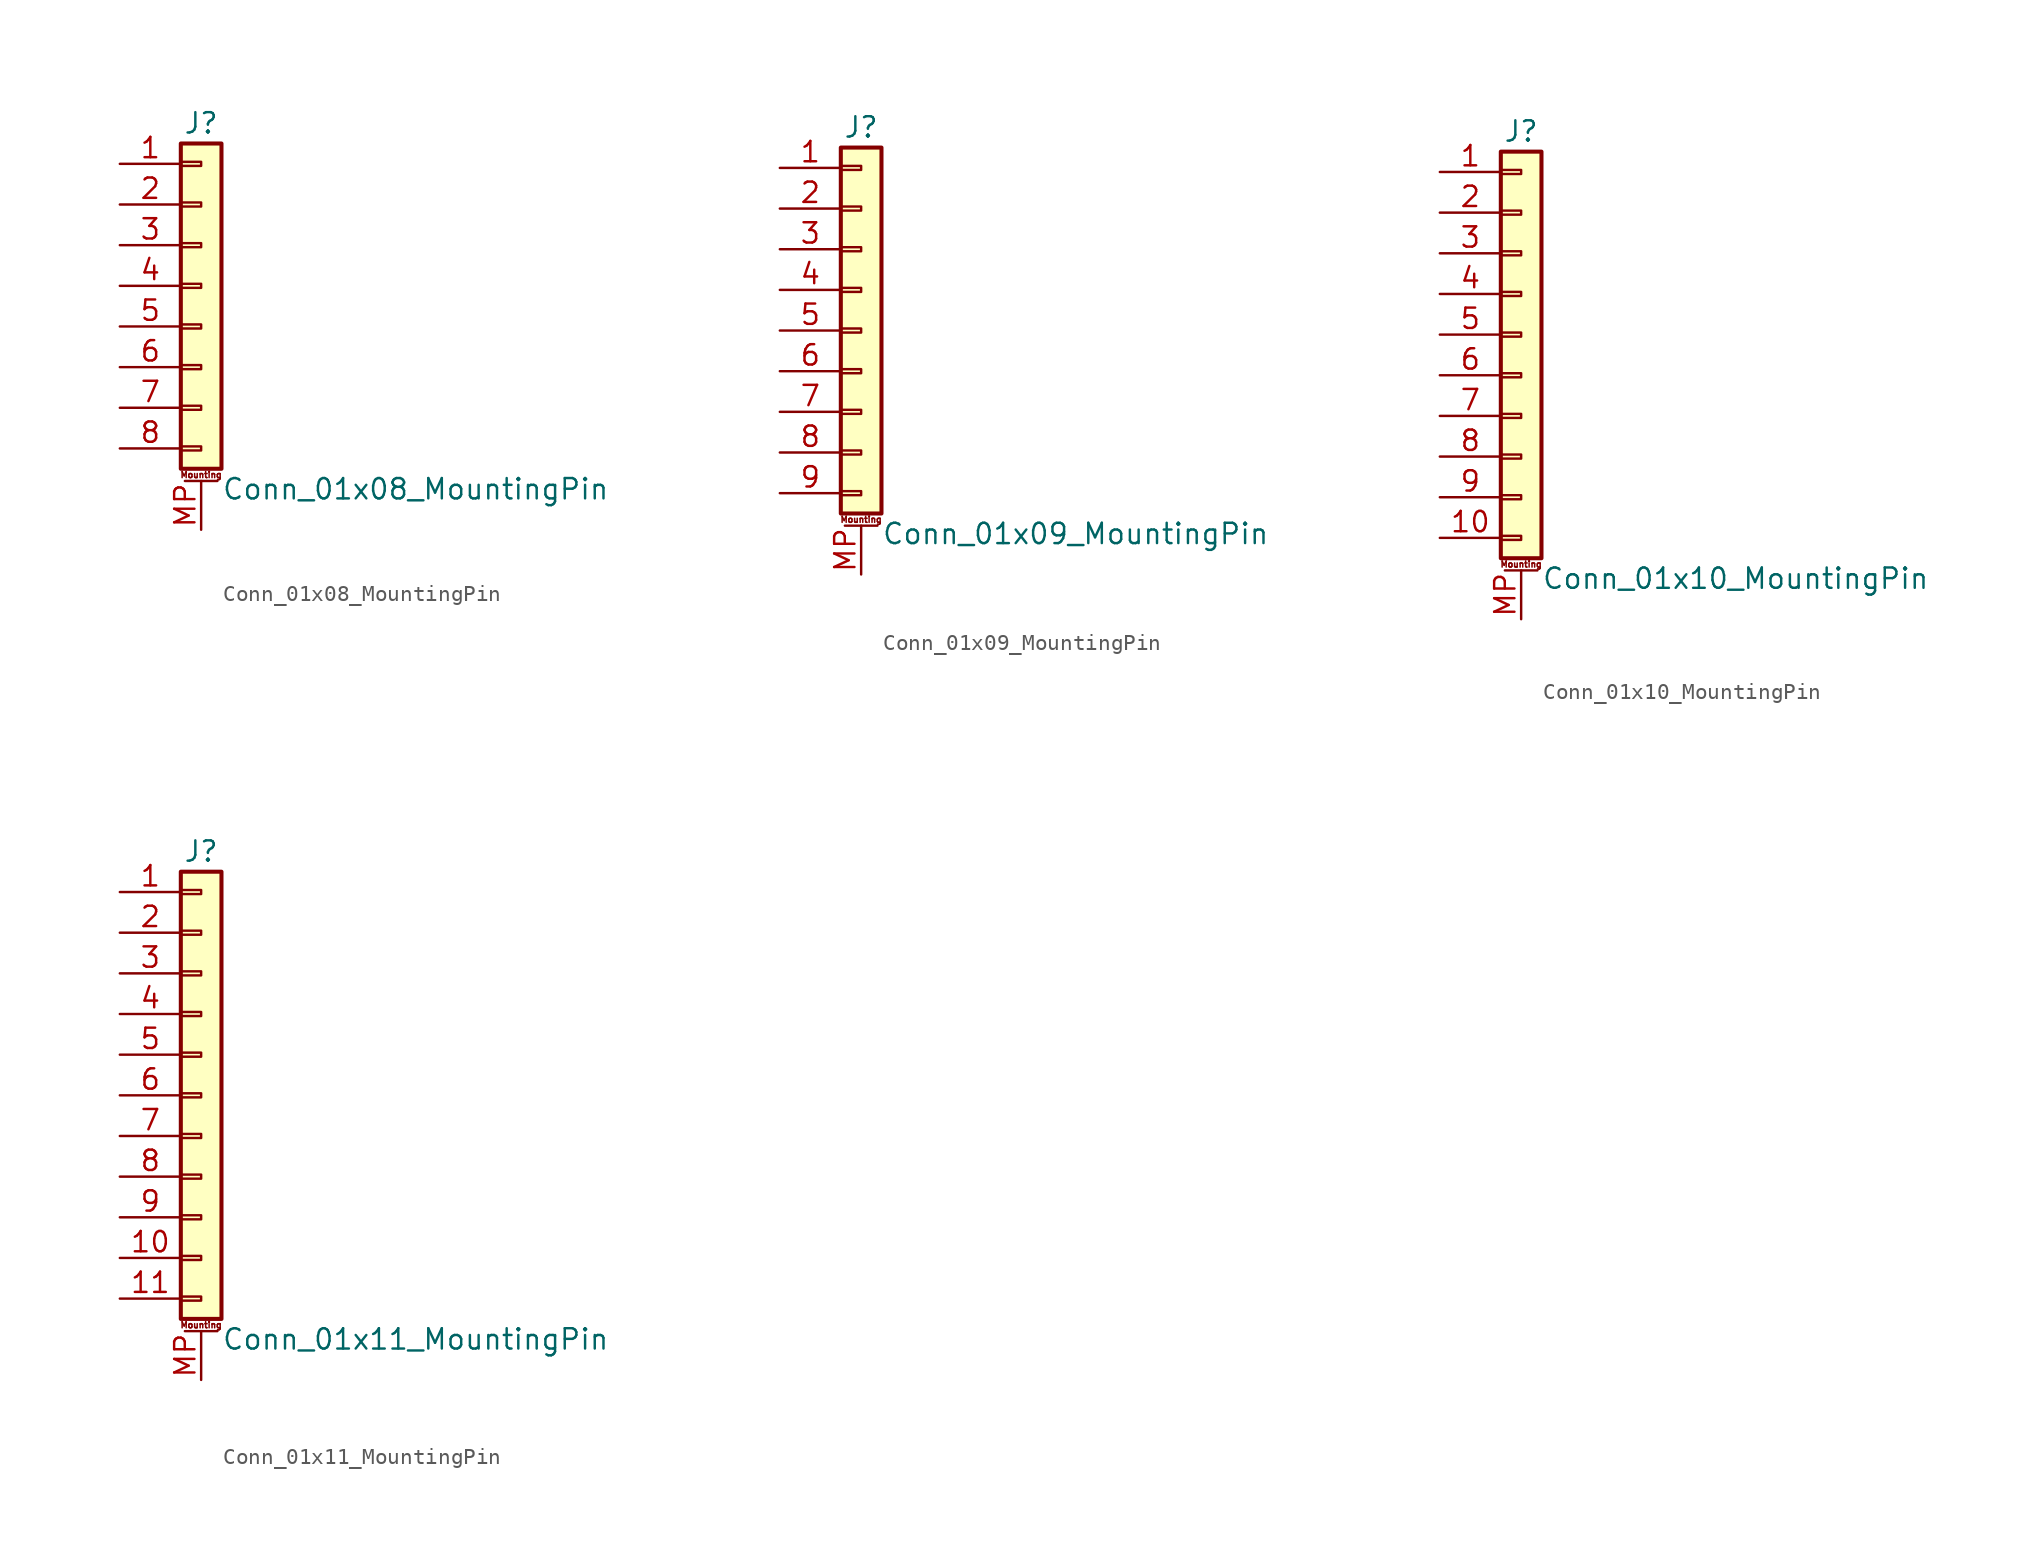
<source format=kicad_sym>
(kicad_symbol_lib
  (version 20201005)
  (generator kicad_symbol_editor)
  (symbol "Connector_Generic_MountingPin:Conn_01x08_MountingPin"
    (pin_names
      (offset 1.016) hide)
    (property "Reference" "J"
      (at 0 10.16 0)
      (effects (font (size 1.27 1.27))))
    (property "Value" "Conn_01x08_MountingPin"
      (at 1.27 -12.7 0)
      (effects (font (size 1.27 1.27)) (justify left)))
    (symbol "Conn_01x08_MountingPin_1_1"
      (text "Mounting" (at 0 -11.811 0) (effects (font (size 0.381 0.381))))
      (rectangle (start -1.27 -4.953) (end 0 -5.207) (stroke (width 0.152)) (fill (type none)))
      (rectangle (start -1.27 -7.493) (end 0 -7.747) (stroke (width 0.152)) (fill (type none)))
      (rectangle (start -1.27 -10.033) (end 0 -10.287) (stroke (width 0.152)) (fill (type none)))
      (rectangle (start -1.27 -2.413) (end 0 -2.667) (stroke (width 0.152)) (fill (type none)))
      (rectangle (start -1.27 2.667) (end 0 2.413) (stroke (width 0.152)) (fill (type none)))
      (rectangle (start -1.27 5.207) (end 0 4.953) (stroke (width 0.152)) (fill (type none)))
      (rectangle (start -1.27 7.747) (end 0 7.493) (stroke (width 0.152)) (fill (type none)))
      (rectangle (start -1.27 8.89) (end 1.27 -11.43) (stroke (width 0.254)) (fill (type background)))
      (rectangle (start -1.27 0.127) (end 0 -0.127) (stroke (width 0.152)) (fill (type none)))
      (polyline (pts (xy -1.016 -12.192) (xy 1.016 -12.192)) (stroke (width 0.152)) (fill (type none)))
      (pin passive line (at 0 -15.24 90) (length 3.048) (name "MountPin" (effects (font (size 1.27 1.27)))) (number "MP" (effects (font (size 1.27 1.27)))))
      (pin passive line (at -5.08 7.62 0) (length 3.81) (name "Pin_1" (effects (font (size 1.27 1.27)))) (number "1" (effects (font (size 1.27 1.27)))))
      (pin passive line (at -5.08 5.08 0) (length 3.81) (name "Pin_2" (effects (font (size 1.27 1.27)))) (number "2" (effects (font (size 1.27 1.27)))))
      (pin passive line (at -5.08 2.54 0) (length 3.81) (name "Pin_3" (effects (font (size 1.27 1.27)))) (number "3" (effects (font (size 1.27 1.27)))))
      (pin passive line (at -5.08 0 0) (length 3.81) (name "Pin_4" (effects (font (size 1.27 1.27)))) (number "4" (effects (font (size 1.27 1.27)))))
      (pin passive line (at -5.08 -2.54 0) (length 3.81) (name "Pin_5" (effects (font (size 1.27 1.27)))) (number "5" (effects (font (size 1.27 1.27)))))
      (pin passive line (at -5.08 -5.08 0) (length 3.81) (name "Pin_6" (effects (font (size 1.27 1.27)))) (number "6" (effects (font (size 1.27 1.27)))))
      (pin passive line (at -5.08 -7.62 0) (length 3.81) (name "Pin_7" (effects (font (size 1.27 1.27)))) (number "7" (effects (font (size 1.27 1.27)))))
      (pin passive line (at -5.08 -10.16 0) (length 3.81) (name "Pin_8" (effects (font (size 1.27 1.27)))) (number "8" (effects (font (size 1.27 1.27)))))))
  (symbol "Connector_Generic_MountingPin:Conn_01x09_MountingPin"
    (pin_names
      (offset 1.016) hide)
    (property "Reference" "J"
      (at 0 12.7 0)
      (effects (font (size 1.27 1.27))))
    (property "Value" "Conn_01x09_MountingPin"
      (at 1.27 -12.7 0)
      (effects (font (size 1.27 1.27)) (justify left)))
    (symbol "Conn_01x09_MountingPin_1_1"
      (text "Mounting" (at 0 -11.811 0) (effects (font (size 0.381 0.381))))
      (rectangle (start -1.27 -4.953) (end 0 -5.207) (stroke (width 0.152)) (fill (type none)))
      (rectangle (start -1.27 -7.493) (end 0 -7.747) (stroke (width 0.152)) (fill (type none)))
      (rectangle (start -1.27 -10.033) (end 0 -10.287) (stroke (width 0.152)) (fill (type none)))
      (rectangle (start -1.27 -2.413) (end 0 -2.667) (stroke (width 0.152)) (fill (type none)))
      (rectangle (start -1.27 2.667) (end 0 2.413) (stroke (width 0.152)) (fill (type none)))
      (rectangle (start -1.27 5.207) (end 0 4.953) (stroke (width 0.152)) (fill (type none)))
      (rectangle (start -1.27 7.747) (end 0 7.493) (stroke (width 0.152)) (fill (type none)))
      (rectangle (start -1.27 10.287) (end 0 10.033) (stroke (width 0.152)) (fill (type none)))
      (rectangle (start -1.27 11.43) (end 1.27 -11.43) (stroke (width 0.254)) (fill (type background)))
      (rectangle (start -1.27 0.127) (end 0 -0.127) (stroke (width 0.152)) (fill (type none)))
      (polyline (pts (xy -1.016 -12.192) (xy 1.016 -12.192)) (stroke (width 0.152)) (fill (type none)))
      (pin passive line (at 0 -15.24 90) (length 3.048) (name "MountPin" (effects (font (size 1.27 1.27)))) (number "MP" (effects (font (size 1.27 1.27)))))
      (pin passive line (at -5.08 10.16 0) (length 3.81) (name "Pin_1" (effects (font (size 1.27 1.27)))) (number "1" (effects (font (size 1.27 1.27)))))
      (pin passive line (at -5.08 7.62 0) (length 3.81) (name "Pin_2" (effects (font (size 1.27 1.27)))) (number "2" (effects (font (size 1.27 1.27)))))
      (pin passive line (at -5.08 5.08 0) (length 3.81) (name "Pin_3" (effects (font (size 1.27 1.27)))) (number "3" (effects (font (size 1.27 1.27)))))
      (pin passive line (at -5.08 2.54 0) (length 3.81) (name "Pin_4" (effects (font (size 1.27 1.27)))) (number "4" (effects (font (size 1.27 1.27)))))
      (pin passive line (at -5.08 0 0) (length 3.81) (name "Pin_5" (effects (font (size 1.27 1.27)))) (number "5" (effects (font (size 1.27 1.27)))))
      (pin passive line (at -5.08 -2.54 0) (length 3.81) (name "Pin_6" (effects (font (size 1.27 1.27)))) (number "6" (effects (font (size 1.27 1.27)))))
      (pin passive line (at -5.08 -5.08 0) (length 3.81) (name "Pin_7" (effects (font (size 1.27 1.27)))) (number "7" (effects (font (size 1.27 1.27)))))
      (pin passive line (at -5.08 -7.62 0) (length 3.81) (name "Pin_8" (effects (font (size 1.27 1.27)))) (number "8" (effects (font (size 1.27 1.27)))))
      (pin passive line (at -5.08 -10.16 0) (length 3.81) (name "Pin_9" (effects (font (size 1.27 1.27)))) (number "9" (effects (font (size 1.27 1.27)))))))
  (symbol "Connector_Generic_MountingPin:Conn_01x10_MountingPin"
    (pin_names
      (offset 1.016) hide)
    (property "Reference" "J"
      (at 0 12.7 0)
      (effects (font (size 1.27 1.27))))
    (property "Value" "Conn_01x10_MountingPin"
      (at 1.27 -15.24 0)
      (effects (font (size 1.27 1.27)) (justify left)))
    (symbol "Conn_01x10_MountingPin_1_1"
      (text "Mounting" (at 0 -14.351 0) (effects (font (size 0.381 0.381))))
      (rectangle (start -1.27 -4.953) (end 0 -5.207) (stroke (width 0.152)) (fill (type none)))
      (rectangle (start -1.27 -7.493) (end 0 -7.747) (stroke (width 0.152)) (fill (type none)))
      (rectangle (start -1.27 -10.033) (end 0 -10.287) (stroke (width 0.152)) (fill (type none)))
      (rectangle (start -1.27 -12.573) (end 0 -12.827) (stroke (width 0.152)) (fill (type none)))
      (rectangle (start -1.27 -2.413) (end 0 -2.667) (stroke (width 0.152)) (fill (type none)))
      (rectangle (start -1.27 2.667) (end 0 2.413) (stroke (width 0.152)) (fill (type none)))
      (rectangle (start -1.27 5.207) (end 0 4.953) (stroke (width 0.152)) (fill (type none)))
      (rectangle (start -1.27 7.747) (end 0 7.493) (stroke (width 0.152)) (fill (type none)))
      (rectangle (start -1.27 10.287) (end 0 10.033) (stroke (width 0.152)) (fill (type none)))
      (rectangle (start -1.27 11.43) (end 1.27 -13.97) (stroke (width 0.254)) (fill (type background)))
      (rectangle (start -1.27 0.127) (end 0 -0.127) (stroke (width 0.152)) (fill (type none)))
      (polyline (pts (xy -1.016 -14.732) (xy 1.016 -14.732)) (stroke (width 0.152)) (fill (type none)))
      (pin passive line (at 0 -17.78 90) (length 3.048) (name "MountPin" (effects (font (size 1.27 1.27)))) (number "MP" (effects (font (size 1.27 1.27)))))
      (pin passive line (at -5.08 10.16 0) (length 3.81) (name "Pin_1" (effects (font (size 1.27 1.27)))) (number "1" (effects (font (size 1.27 1.27)))))
      (pin passive line (at -5.08 -12.7 0) (length 3.81) (name "Pin_10" (effects (font (size 1.27 1.27)))) (number "10" (effects (font (size 1.27 1.27)))))
      (pin passive line (at -5.08 7.62 0) (length 3.81) (name "Pin_2" (effects (font (size 1.27 1.27)))) (number "2" (effects (font (size 1.27 1.27)))))
      (pin passive line (at -5.08 5.08 0) (length 3.81) (name "Pin_3" (effects (font (size 1.27 1.27)))) (number "3" (effects (font (size 1.27 1.27)))))
      (pin passive line (at -5.08 2.54 0) (length 3.81) (name "Pin_4" (effects (font (size 1.27 1.27)))) (number "4" (effects (font (size 1.27 1.27)))))
      (pin passive line (at -5.08 0 0) (length 3.81) (name "Pin_5" (effects (font (size 1.27 1.27)))) (number "5" (effects (font (size 1.27 1.27)))))
      (pin passive line (at -5.08 -2.54 0) (length 3.81) (name "Pin_6" (effects (font (size 1.27 1.27)))) (number "6" (effects (font (size 1.27 1.27)))))
      (pin passive line (at -5.08 -5.08 0) (length 3.81) (name "Pin_7" (effects (font (size 1.27 1.27)))) (number "7" (effects (font (size 1.27 1.27)))))
      (pin passive line (at -5.08 -7.62 0) (length 3.81) (name "Pin_8" (effects (font (size 1.27 1.27)))) (number "8" (effects (font (size 1.27 1.27)))))
      (pin passive line (at -5.08 -10.16 0) (length 3.81) (name "Pin_9" (effects (font (size 1.27 1.27)))) (number "9" (effects (font (size 1.27 1.27)))))))
  (symbol "Connector_Generic_MountingPin:Conn_01x11_MountingPin"
    (pin_names
      (offset 1.016) hide)
    (property "Reference" "J"
      (at 0 15.24 0)
      (effects (font (size 1.27 1.27))))
    (property "Value" "Conn_01x11_MountingPin"
      (at 1.27 -15.24 0)
      (effects (font (size 1.27 1.27)) (justify left)))
    (symbol "Conn_01x11_MountingPin_1_1"
      (text "Mounting" (at 0 -14.351 0) (effects (font (size 0.381 0.381))))
      (rectangle (start -1.27 -4.953) (end 0 -5.207) (stroke (width 0.152)) (fill (type none)))
      (rectangle (start -1.27 -7.493) (end 0 -7.747) (stroke (width 0.152)) (fill (type none)))
      (rectangle (start -1.27 -10.033) (end 0 -10.287) (stroke (width 0.152)) (fill (type none)))
      (rectangle (start -1.27 -12.573) (end 0 -12.827) (stroke (width 0.152)) (fill (type none)))
      (rectangle (start -1.27 -2.413) (end 0 -2.667) (stroke (width 0.152)) (fill (type none)))
      (rectangle (start -1.27 2.667) (end 0 2.413) (stroke (width 0.152)) (fill (type none)))
      (rectangle (start -1.27 5.207) (end 0 4.953) (stroke (width 0.152)) (fill (type none)))
      (rectangle (start -1.27 7.747) (end 0 7.493) (stroke (width 0.152)) (fill (type none)))
      (rectangle (start -1.27 10.287) (end 0 10.033) (stroke (width 0.152)) (fill (type none)))
      (rectangle (start -1.27 0.127) (end 0 -0.127) (stroke (width 0.152)) (fill (type none)))
      (rectangle (start -1.27 12.827) (end 0 12.573) (stroke (width 0.152)) (fill (type none)))
      (rectangle (start -1.27 13.97) (end 1.27 -13.97) (stroke (width 0.254)) (fill (type background)))
      (polyline (pts (xy -1.016 -14.732) (xy 1.016 -14.732)) (stroke (width 0.152)) (fill (type none)))
      (pin passive line (at 0 -17.78 90) (length 3.048) (name "MountPin" (effects (font (size 1.27 1.27)))) (number "MP" (effects (font (size 1.27 1.27)))))
      (pin passive line (at -5.08 12.7 0) (length 3.81) (name "Pin_1" (effects (font (size 1.27 1.27)))) (number "1" (effects (font (size 1.27 1.27)))))
      (pin passive line (at -5.08 -10.16 0) (length 3.81) (name "Pin_10" (effects (font (size 1.27 1.27)))) (number "10" (effects (font (size 1.27 1.27)))))
      (pin passive line (at -5.08 -12.7 0) (length 3.81) (name "Pin_11" (effects (font (size 1.27 1.27)))) (number "11" (effects (font (size 1.27 1.27)))))
      (pin passive line (at -5.08 10.16 0) (length 3.81) (name "Pin_2" (effects (font (size 1.27 1.27)))) (number "2" (effects (font (size 1.27 1.27)))))
      (pin passive line (at -5.08 7.62 0) (length 3.81) (name "Pin_3" (effects (font (size 1.27 1.27)))) (number "3" (effects (font (size 1.27 1.27)))))
      (pin passive line (at -5.08 5.08 0) (length 3.81) (name "Pin_4" (effects (font (size 1.27 1.27)))) (number "4" (effects (font (size 1.27 1.27)))))
      (pin passive line (at -5.08 2.54 0) (length 3.81) (name "Pin_5" (effects (font (size 1.27 1.27)))) (number "5" (effects (font (size 1.27 1.27)))))
      (pin passive line (at -5.08 0 0) (length 3.81) (name "Pin_6" (effects (font (size 1.27 1.27)))) (number "6" (effects (font (size 1.27 1.27)))))
      (pin passive line (at -5.08 -2.54 0) (length 3.81) (name "Pin_7" (effects (font (size 1.27 1.27)))) (number "7" (effects (font (size 1.27 1.27)))))
      (pin passive line (at -5.08 -5.08 0) (length 3.81) (name "Pin_8" (effects (font (size 1.27 1.27)))) (number "8" (effects (font (size 1.27 1.27)))))
      (pin passive line (at -5.08 -7.62 0) (length 3.81) (name "Pin_9" (effects (font (size 1.27 1.27)))) (number "9" (effects (font (size 1.27 1.27))))))))
</source>
